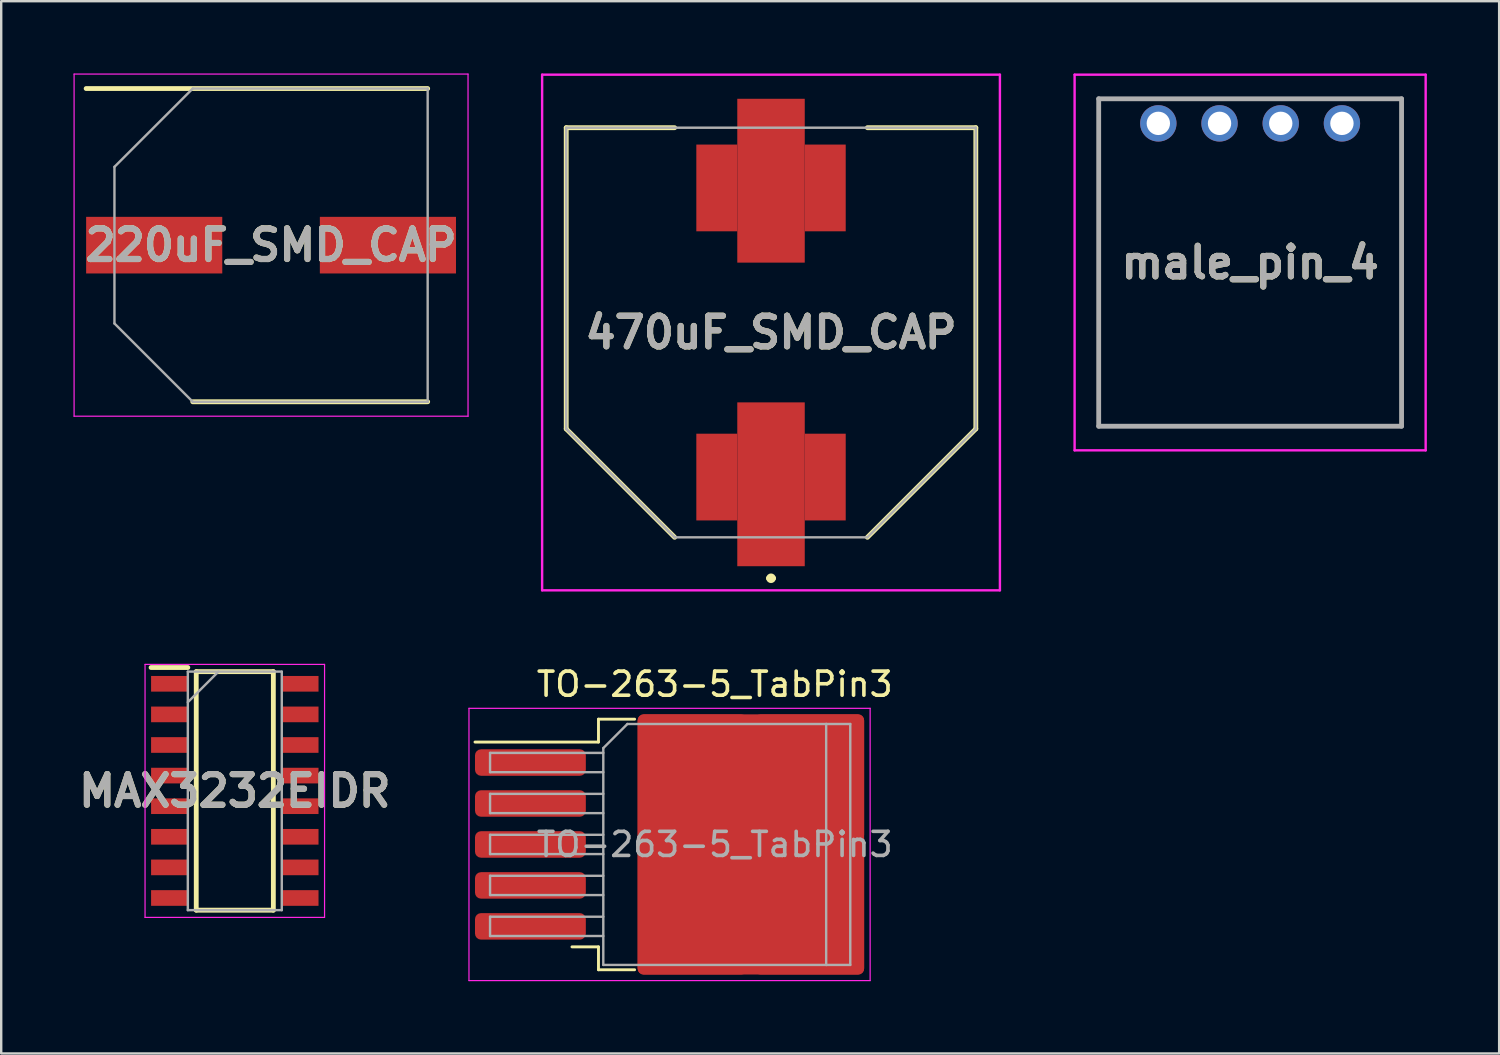
<source format=kicad_pcb>
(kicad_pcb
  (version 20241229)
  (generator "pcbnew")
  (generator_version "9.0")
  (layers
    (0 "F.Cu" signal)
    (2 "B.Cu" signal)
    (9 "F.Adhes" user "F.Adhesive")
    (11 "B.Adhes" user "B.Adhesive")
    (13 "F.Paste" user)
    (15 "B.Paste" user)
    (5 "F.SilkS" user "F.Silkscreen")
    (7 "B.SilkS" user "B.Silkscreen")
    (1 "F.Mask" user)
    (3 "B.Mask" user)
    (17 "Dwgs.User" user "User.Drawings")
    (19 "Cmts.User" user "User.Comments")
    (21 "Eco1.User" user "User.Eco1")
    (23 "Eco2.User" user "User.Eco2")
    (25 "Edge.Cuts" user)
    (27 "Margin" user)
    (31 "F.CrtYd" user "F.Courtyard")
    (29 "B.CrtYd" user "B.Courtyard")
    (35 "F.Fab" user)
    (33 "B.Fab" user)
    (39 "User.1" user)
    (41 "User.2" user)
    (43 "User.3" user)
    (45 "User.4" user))
  (footprint "470uF_SMD_CAP"
    (layer "F.Cu")
    (at 28.95 10.75)
    (property "Reference" "470uF_SMD_CAP" (at 0 0 0) (layer "F.SilkS") (effects (font (size 1.27 1.27) (thickness 0.254))))
    (attr smd)
    (fp_line (start -8.5 -8.5) (end -4 -8.5) (stroke (width 0.2) (type solid)) (layer "F.SilkS"))
    (fp_line (start -8.5 4) (end -8.5 -8.5) (stroke (width 0.2) (type solid)) (layer "F.SilkS"))
    (fp_line (start -4 8.5) (end -8.5 4) (stroke (width 0.2) (type solid)) (layer "F.SilkS"))
    (fp_line (start -0.1 10.2) (end -0.1 10.2) (stroke (width 0.2) (type solid)) (layer "F.SilkS"))
    (fp_line (start 0.1 10.2) (end 0.1 10.2) (stroke (width 0.2) (type solid)) (layer "F.SilkS"))
    (fp_line (start 4 8.5) (end 8.5 4) (stroke (width 0.2) (type solid)) (layer "F.SilkS"))
    (fp_line (start 8.5 -8.5) (end 4 -8.5) (stroke (width 0.2) (type solid)) (layer "F.SilkS"))
    (fp_line (start 8.5 4) (end 8.5 -8.5) (stroke (width 0.2) (type solid)) (layer "F.SilkS"))
    (fp_arc (start -0.1 10.2) (mid 0 10.1) (end 0.1 10.2) (stroke (width 0.2) (type solid)) (layer "F.SilkS"))
    (fp_arc (start 0.1 10.2) (mid 0 10.3) (end -0.1 10.2) (stroke (width 0.2) (type solid)) (layer "F.SilkS"))
    (fp_line (start -9.5 -10.7) (end -9.5 10.7) (stroke (width 0.1) (type solid)) (layer "F.CrtYd"))
    (fp_line (start -9.5 10.7) (end 9.5 10.7) (stroke (width 0.1) (type solid)) (layer "F.CrtYd"))
    (fp_line (start 9.5 -10.7) (end -9.5 -10.7) (stroke (width 0.1) (type solid)) (layer "F.CrtYd"))
    (fp_line (start 9.5 10.7) (end 9.5 -10.7) (stroke (width 0.1) (type solid)) (layer "F.CrtYd"))
    (fp_line (start -8.5 -8.5) (end 8.5 -8.5) (stroke (width 0.1) (type solid)) (layer "F.Fab"))
    (fp_line (start -8.5 4) (end -8.5 -8.5) (stroke (width 0.1) (type solid)) (layer "F.Fab"))
    (fp_line (start -4 8.5) (end -8.5 4) (stroke (width 0.1) (type solid)) (layer "F.Fab"))
    (fp_line (start -4 8.5) (end -8.5 4) (stroke (width 0.1) (type solid)) (layer "F.Fab"))
    (fp_line (start 4 8.5) (end -4 8.5) (stroke (width 0.1) (type solid)) (layer "F.Fab"))
    (fp_line (start 8.5 -8.5) (end 8.5 4) (stroke (width 0.1) (type solid)) (layer "F.Fab"))
    (fp_line (start 8.5 4) (end 4 8.5) (stroke (width 0.1) (type solid)) (layer "F.Fab"))
    (fp_text user "${REFERENCE}" (at 0 0 0) (layer "F.Fab") (effects (font (size 1.27 1.27) (thickness 0.254))))
    (pad "1" smd rect (at -2.25 6) (size 1.7 3.6) (layers "F.Cu" "F.Mask" "F.Paste"))
    (pad "1" smd rect (at 0 6.3) (size 2.8 6.8) (layers "F.Cu" "F.Mask" "F.Paste"))
    (pad "1" smd rect (at 2.25 6) (size 1.7 3.6) (layers "F.Cu" "F.Mask" "F.Paste"))
    (pad "2" smd rect (at -2.25 -6) (size 1.7 3.6) (layers "F.Cu" "F.Mask" "F.Paste"))
    (pad "2" smd rect (at 0 -6.3) (size 2.8 6.8) (layers "F.Cu" "F.Mask" "F.Paste"))
    (pad "2" smd rect (at 2.25 -6) (size 1.7 3.6) (layers "F.Cu" "F.Mask" "F.Paste")))
  (footprint "male_pin_4"
    (layer "F.Cu")
    (at 48.835 7.845)
    (property "Reference" "male_pin_4" (at 0 0 0) (layer "F.SilkS") (effects (font (size 1.27 1.27) (thickness 0.254))))
    (attr through_hole)
    (fp_line (start -6.285 -6.795) (end 6.285 -6.795) (stroke (width 0.1) (type solid)) (layer "F.SilkS"))
    (fp_line (start -6.285 6.795) (end -6.285 -6.795) (stroke (width 0.1) (type solid)) (layer "F.SilkS"))
    (fp_line (start 6.285 -6.795) (end 6.285 6.795) (stroke (width 0.1) (type solid)) (layer "F.SilkS"))
    (fp_line (start 6.285 6.795) (end -6.285 6.795) (stroke (width 0.1) (type solid)) (layer "F.SilkS"))
    (fp_line (start -7.285 -7.795) (end 7.285 -7.795) (stroke (width 0.1) (type solid)) (layer "F.CrtYd"))
    (fp_line (start -7.285 7.795) (end -7.285 -7.795) (stroke (width 0.1) (type solid)) (layer "F.CrtYd"))
    (fp_line (start 7.285 -7.795) (end 7.285 7.795) (stroke (width 0.1) (type solid)) (layer "F.CrtYd"))
    (fp_line (start 7.285 7.795) (end -7.285 7.795) (stroke (width 0.1) (type solid)) (layer "F.CrtYd"))
    (fp_line (start -6.285 -6.795) (end 6.285 -6.795) (stroke (width 0.2) (type solid)) (layer "F.Fab"))
    (fp_line (start -6.285 6.795) (end -6.285 -6.795) (stroke (width 0.2) (type solid)) (layer "F.Fab"))
    (fp_line (start 6.285 -6.795) (end 6.285 6.795) (stroke (width 0.2) (type solid)) (layer "F.Fab"))
    (fp_line (start 6.285 6.795) (end -6.285 6.795) (stroke (width 0.2) (type solid)) (layer "F.Fab"))
    (fp_text user "${REFERENCE}" (at 0 0 0) (layer "F.Fab") (effects (font (size 1.27 1.27) (thickness 0.254))))
    (pad "1" thru_hole circle (at -3.81 -5.775) (size 1.509 1.509) (drill 0.97) (layers "*.Cu" "*.Mask"))
    (pad "2" thru_hole circle (at -1.27 -5.775) (size 1.509 1.509) (drill 0.97) (layers "*.Cu" "*.Mask"))
    (pad "3" thru_hole circle (at 1.27 -5.775) (size 1.509 1.509) (drill 0.97) (layers "*.Cu" "*.Mask"))
    (pad "4" thru_hole circle (at 3.81 -5.775) (size 1.509 1.509) (drill 0.97) (layers "*.Cu" "*.Mask")))
  (footprint "220uF_SMD_CAP"
    (layer "F.Cu")
    (at 8.2 7.125)
    (property "Reference" "220uF_SMD_CAP" (at 0 0 0) (layer "F.SilkS") (effects (font (size 1.27 1.27) (thickness 0.254))))
    (attr smd)
    (fp_line (start -7.675 -6.5) (end 6.5 -6.5) (stroke (width 0.2) (type solid)) (layer "F.SilkS"))
    (fp_line (start -3.25 6.5) (end 6.5 6.5) (stroke (width 0.2) (type solid)) (layer "F.SilkS"))
    (fp_line (start -8.175 -7.1) (end 8.175 -7.1) (stroke (width 0.05) (type solid)) (layer "F.CrtYd"))
    (fp_line (start -8.175 7.1) (end -8.175 -7.1) (stroke (width 0.05) (type solid)) (layer "F.CrtYd"))
    (fp_line (start 8.175 -7.1) (end 8.175 7.1) (stroke (width 0.05) (type solid)) (layer "F.CrtYd"))
    (fp_line (start 8.175 7.1) (end -8.175 7.1) (stroke (width 0.05) (type solid)) (layer "F.CrtYd"))
    (fp_line (start -6.5 -3.25) (end -6.5 3.25) (stroke (width 0.1) (type solid)) (layer "F.Fab"))
    (fp_line (start -6.5 3.25) (end -3.25 6.5) (stroke (width 0.1) (type solid)) (layer "F.Fab"))
    (fp_line (start -3.25 -6.5) (end -6.5 -3.25) (stroke (width 0.1) (type solid)) (layer "F.Fab"))
    (fp_line (start -3.25 6.5) (end 6.5 6.5) (stroke (width 0.1) (type solid)) (layer "F.Fab"))
    (fp_line (start 6.5 -6.5) (end -3.25 -6.5) (stroke (width 0.1) (type solid)) (layer "F.Fab"))
    (fp_line (start 6.5 6.5) (end 6.5 -6.5) (stroke (width 0.1) (type solid)) (layer "F.Fab"))
    (fp_text user "${REFERENCE}" (at 0 0 0) (layer "F.Fab") (effects (font (size 1.27 1.27) (thickness 0.254))))
    (pad "1" smd rect (at -4.85 0 90) (size 2.35 5.65) (layers "F.Cu" "F.Mask" "F.Paste"))
    (pad "2" smd rect (at 4.85 0 90) (size 2.35 5.65) (layers "F.Cu" "F.Mask" "F.Paste")))
  (footprint "TO-263-5_TabPin3"
    (layer "F.Cu")
    (at 26.614 31.998)
    (property "Reference" "TO-263-5_TabPin3" (at 0 -6.65 180) (layer "F.SilkS") (effects (font (size 1 1) (thickness 0.15))))
    (attr smd)
    (fp_line (start -4.825 -5.2) (end -4.825 -4.25) (stroke (width 0.12) (type solid)) (layer "F.SilkS"))
    (fp_line (start -4.825 -4.25) (end -9.95 -4.25) (stroke (width 0.12) (type solid)) (layer "F.SilkS"))
    (fp_line (start -4.825 4.25) (end -5.925 4.25) (stroke (width 0.12) (type solid)) (layer "F.SilkS"))
    (fp_line (start -4.825 5.2) (end -4.825 4.25) (stroke (width 0.12) (type solid)) (layer "F.SilkS"))
    (fp_line (start -3.325 -5.2) (end -4.825 -5.2) (stroke (width 0.12) (type solid)) (layer "F.SilkS"))
    (fp_line (start -3.325 5.2) (end -4.825 5.2) (stroke (width 0.12) (type solid)) (layer "F.SilkS"))
    (fp_line (start -10.2 -5.65) (end -10.2 5.65) (stroke (width 0.05) (type solid)) (layer "F.CrtYd"))
    (fp_line (start -10.2 5.65) (end 6.45 5.65) (stroke (width 0.05) (type solid)) (layer "F.CrtYd"))
    (fp_line (start 6.45 -5.65) (end -10.2 -5.65) (stroke (width 0.05) (type solid)) (layer "F.CrtYd"))
    (fp_line (start 6.45 5.65) (end 6.45 -5.65) (stroke (width 0.05) (type solid)) (layer "F.CrtYd"))
    (fp_line (start -9.325 -3.8) (end -9.325 -3) (stroke (width 0.1) (type solid)) (layer "F.Fab"))
    (fp_line (start -9.325 -3) (end -4.625 -3) (stroke (width 0.1) (type solid)) (layer "F.Fab"))
    (fp_line (start -9.325 -2.1) (end -9.325 -1.3) (stroke (width 0.1) (type solid)) (layer "F.Fab"))
    (fp_line (start -9.325 -1.3) (end -4.625 -1.3) (stroke (width 0.1) (type solid)) (layer "F.Fab"))
    (fp_line (start -9.325 -0.4) (end -9.325 0.4) (stroke (width 0.1) (type solid)) (layer "F.Fab"))
    (fp_line (start -9.325 0.4) (end -4.625 0.4) (stroke (width 0.1) (type solid)) (layer "F.Fab"))
    (fp_line (start -9.325 1.3) (end -9.325 2.1) (stroke (width 0.1) (type solid)) (layer "F.Fab"))
    (fp_line (start -9.325 2.1) (end -4.625 2.1) (stroke (width 0.1) (type solid)) (layer "F.Fab"))
    (fp_line (start -9.325 3) (end -9.325 3.8) (stroke (width 0.1) (type solid)) (layer "F.Fab"))
    (fp_line (start -9.325 3.8) (end -4.625 3.8) (stroke (width 0.1) (type solid)) (layer "F.Fab"))
    (fp_line (start -4.625 -4) (end -3.625 -5) (stroke (width 0.1) (type solid)) (layer "F.Fab"))
    (fp_line (start -4.625 -3.8) (end -9.325 -3.8) (stroke (width 0.1) (type solid)) (layer "F.Fab"))
    (fp_line (start -4.625 -2.1) (end -9.325 -2.1) (stroke (width 0.1) (type solid)) (layer "F.Fab"))
    (fp_line (start -4.625 -0.4) (end -9.325 -0.4) (stroke (width 0.1) (type solid)) (layer "F.Fab"))
    (fp_line (start -4.625 1.3) (end -9.325 1.3) (stroke (width 0.1) (type solid)) (layer "F.Fab"))
    (fp_line (start -4.625 3) (end -9.325 3) (stroke (width 0.1) (type solid)) (layer "F.Fab"))
    (fp_line (start -4.625 5) (end -4.625 -4) (stroke (width 0.1) (type solid)) (layer "F.Fab"))
    (fp_line (start -3.625 -5) (end 4.625 -5) (stroke (width 0.1) (type solid)) (layer "F.Fab"))
    (fp_line (start 4.625 -5) (end 4.625 5) (stroke (width 0.1) (type solid)) (layer "F.Fab"))
    (fp_line (start 4.625 -5) (end 5.625 -5) (stroke (width 0.1) (type solid)) (layer "F.Fab"))
    (fp_line (start 4.625 5) (end -4.625 5) (stroke (width 0.1) (type solid)) (layer "F.Fab"))
    (fp_line (start 5.625 -5) (end 5.625 5) (stroke (width 0.1) (type solid)) (layer "F.Fab"))
    (fp_line (start 5.625 5) (end 4.625 5) (stroke (width 0.1) (type solid)) (layer "F.Fab"))
    (fp_text user "${REFERENCE}" (at 0 0 180) (layer "F.Fab") (effects (font (size 1 1) (thickness 0.15))))
    (pad "1" smd roundrect (at -7.65 -3.4) (size 4.6 1.1) (layers "F.Cu" "F.Mask" "F.Paste") (roundrect_rratio 0.227))
    (pad "2" smd roundrect (at -7.65 -1.7) (size 4.6 1.1) (layers "F.Cu" "F.Mask" "F.Paste") (roundrect_rratio 0.227))
    (pad "3" smd roundrect (at -7.65 0) (size 4.6 1.1) (layers "F.Cu" "F.Mask" "F.Paste") (roundrect_rratio 0.227))
    (pad "3" smd roundrect (at -0.925 -2.775) (size 4.55 5.25) (layers "F.Cu" "F.Paste") (roundrect_rratio 0.055))
    (pad "3" smd roundrect (at -0.925 2.775) (size 4.55 5.25) (layers "F.Cu" "F.Paste") (roundrect_rratio 0.055))
    (pad "3" smd roundrect (at 1.5 0) (size 9.4 10.8) (layers "F.Cu" "F.Mask") (roundrect_rratio 0.027))
    (pad "3" smd roundrect (at 3.925 -2.775) (size 4.55 5.25) (layers "F.Cu" "F.Paste") (roundrect_rratio 0.055))
    (pad "3" smd roundrect (at 3.925 2.775) (size 4.55 5.25) (layers "F.Cu" "F.Paste") (roundrect_rratio 0.055))
    (pad "4" smd roundrect (at -7.65 1.7) (size 4.6 1.1) (layers "F.Cu" "F.Mask" "F.Paste") (roundrect_rratio 0.227))
    (pad "5" smd roundrect (at -7.65 3.4) (size 4.6 1.1) (layers "F.Cu" "F.Mask" "F.Paste") (roundrect_rratio 0.227)))
  (footprint "MAX3232EIDR"
    (layer "F.Cu")
    (at 6.695 29.775)
    (property "Reference" "MAX3232EIDR" (at 0 0 0) (layer "F.SilkS") (effects (font (size 1.27 1.27) (thickness 0.254))))
    (attr smd)
    (fp_line (start -3.475 -5.12) (end -1.95 -5.12) (stroke (width 0.2) (type solid)) (layer "F.SilkS"))
    (fp_line (start -1.6 -4.95) (end 1.6 -4.95) (stroke (width 0.2) (type solid)) (layer "F.SilkS"))
    (fp_line (start -1.6 4.95) (end -1.6 -4.95) (stroke (width 0.2) (type solid)) (layer "F.SilkS"))
    (fp_line (start 1.6 -4.95) (end 1.6 4.95) (stroke (width 0.2) (type solid)) (layer "F.SilkS"))
    (fp_line (start 1.6 4.95) (end -1.6 4.95) (stroke (width 0.2) (type solid)) (layer "F.SilkS"))
    (fp_line (start -3.725 -5.25) (end 3.725 -5.25) (stroke (width 0.05) (type solid)) (layer "F.CrtYd"))
    (fp_line (start -3.725 5.25) (end -3.725 -5.25) (stroke (width 0.05) (type solid)) (layer "F.CrtYd"))
    (fp_line (start 3.725 -5.25) (end 3.725 5.25) (stroke (width 0.05) (type solid)) (layer "F.CrtYd"))
    (fp_line (start 3.725 5.25) (end -3.725 5.25) (stroke (width 0.05) (type solid)) (layer "F.CrtYd"))
    (fp_line (start -1.95 -4.95) (end 1.95 -4.95) (stroke (width 0.1) (type solid)) (layer "F.Fab"))
    (fp_line (start -1.95 -3.68) (end -0.68 -4.95) (stroke (width 0.1) (type solid)) (layer "F.Fab"))
    (fp_line (start -1.95 4.95) (end -1.95 -4.95) (stroke (width 0.1) (type solid)) (layer "F.Fab"))
    (fp_line (start 1.95 -4.95) (end 1.95 4.95) (stroke (width 0.1) (type solid)) (layer "F.Fab"))
    (fp_line (start 1.95 4.95) (end -1.95 4.95) (stroke (width 0.1) (type solid)) (layer "F.Fab"))
    (fp_text user "${REFERENCE}" (at 0 0 0) (layer "F.Fab") (effects (font (size 1.27 1.27) (thickness 0.254))))
    (pad "1" smd rect (at -2.712 -4.445 90) (size 0.65 1.525) (layers "F.Cu" "F.Mask" "F.Paste"))
    (pad "2" smd rect (at -2.712 -3.175 90) (size 0.65 1.525) (layers "F.Cu" "F.Mask" "F.Paste"))
    (pad "3" smd rect (at -2.712 -1.905 90) (size 0.65 1.525) (layers "F.Cu" "F.Mask" "F.Paste"))
    (pad "4" smd rect (at -2.712 -0.635 90) (size 0.65 1.525) (layers "F.Cu" "F.Mask" "F.Paste"))
    (pad "5" smd rect (at -2.712 0.635 90) (size 0.65 1.525) (layers "F.Cu" "F.Mask" "F.Paste"))
    (pad "6" smd rect (at -2.712 1.905 90) (size 0.65 1.525) (layers "F.Cu" "F.Mask" "F.Paste"))
    (pad "7" smd rect (at -2.712 3.175 90) (size 0.65 1.525) (layers "F.Cu" "F.Mask" "F.Paste"))
    (pad "8" smd rect (at -2.712 4.445 90) (size 0.65 1.525) (layers "F.Cu" "F.Mask" "F.Paste"))
    (pad "9" smd rect (at 2.712 4.445 90) (size 0.65 1.525) (layers "F.Cu" "F.Mask" "F.Paste"))
    (pad "10" smd rect (at 2.712 3.175 90) (size 0.65 1.525) (layers "F.Cu" "F.Mask" "F.Paste"))
    (pad "11" smd rect (at 2.712 1.905 90) (size 0.65 1.525) (layers "F.Cu" "F.Mask" "F.Paste"))
    (pad "12" smd rect (at 2.712 0.635 90) (size 0.65 1.525) (layers "F.Cu" "F.Mask" "F.Paste"))
    (pad "13" smd rect (at 2.712 -0.635 90) (size 0.65 1.525) (layers "F.Cu" "F.Mask" "F.Paste"))
    (pad "14" smd rect (at 2.712 -1.905 90) (size 0.65 1.525) (layers "F.Cu" "F.Mask" "F.Paste"))
    (pad "15" smd rect (at 2.712 -3.175 90) (size 0.65 1.525) (layers "F.Cu" "F.Mask" "F.Paste"))
    (pad "16" smd rect (at 2.712 -4.445 90) (size 0.65 1.525) (layers "F.Cu" "F.Mask" "F.Paste")))
  (gr_rect
    (start -3 -3)
    (end 59.17 40.673)
    (stroke (width 0.1) (type default))
    (fill no)
    (layer "Edge.Cuts")))
</source>
